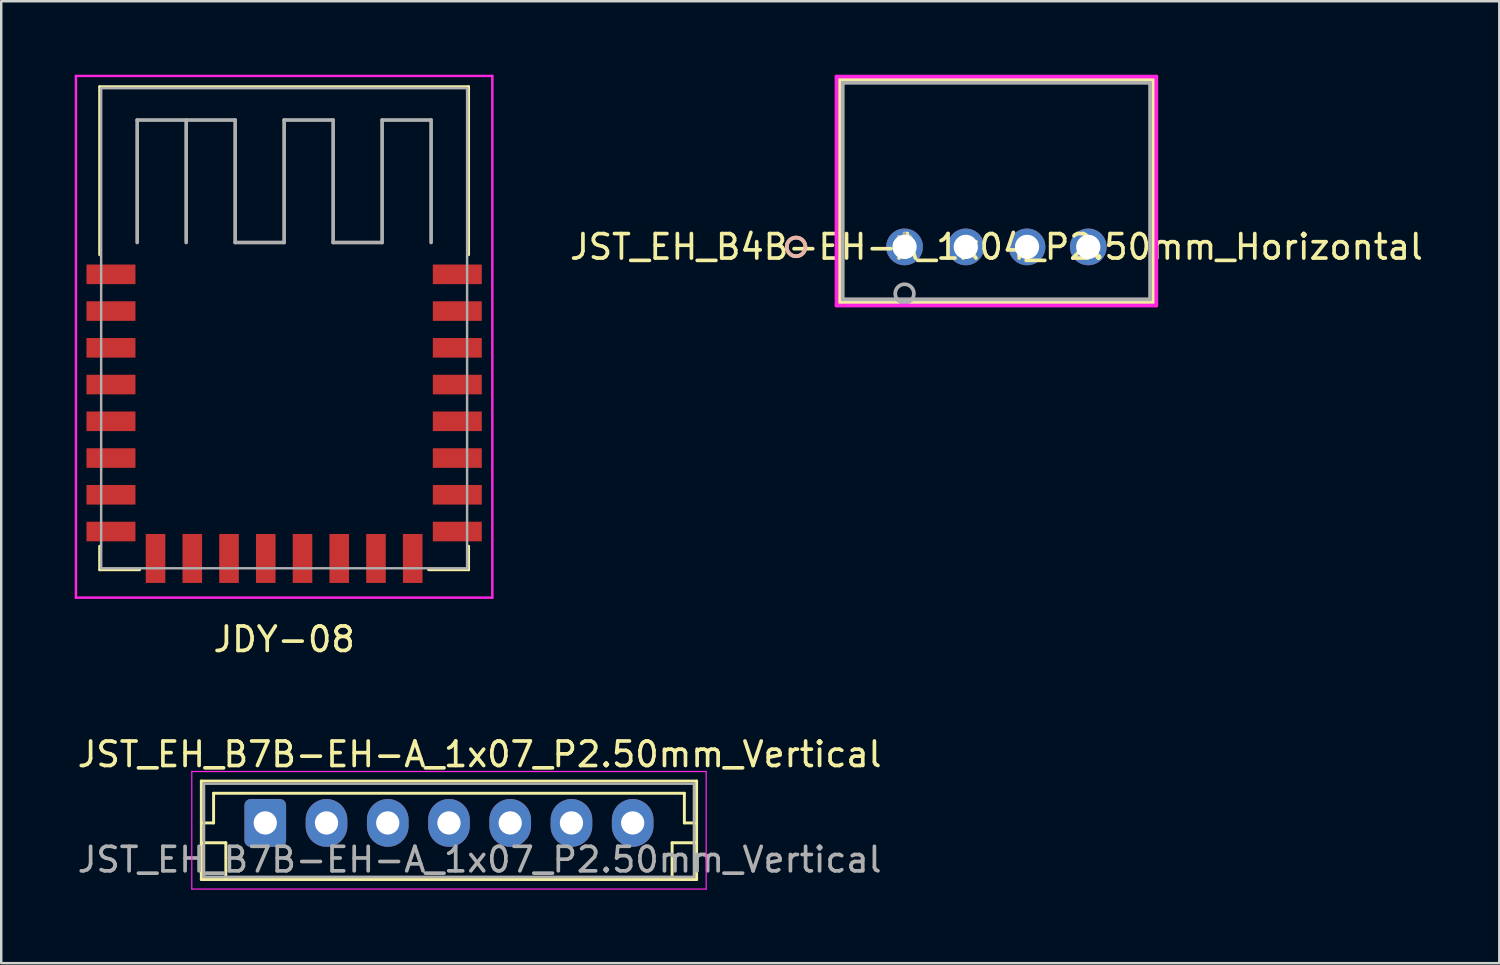
<source format=kicad_pcb>
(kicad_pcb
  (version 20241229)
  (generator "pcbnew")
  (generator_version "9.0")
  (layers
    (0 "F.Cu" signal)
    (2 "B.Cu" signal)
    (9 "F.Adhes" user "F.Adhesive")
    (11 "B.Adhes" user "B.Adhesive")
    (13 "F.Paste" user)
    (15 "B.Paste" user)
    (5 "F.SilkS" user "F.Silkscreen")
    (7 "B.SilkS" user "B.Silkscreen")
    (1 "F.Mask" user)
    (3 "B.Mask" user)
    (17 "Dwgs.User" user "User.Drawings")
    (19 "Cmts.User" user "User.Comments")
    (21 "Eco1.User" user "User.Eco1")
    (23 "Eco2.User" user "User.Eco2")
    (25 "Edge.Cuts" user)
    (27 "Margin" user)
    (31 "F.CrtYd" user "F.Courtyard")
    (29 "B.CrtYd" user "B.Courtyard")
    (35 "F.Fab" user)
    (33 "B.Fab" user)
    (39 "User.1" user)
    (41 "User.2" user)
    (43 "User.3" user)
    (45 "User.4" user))
  (footprint "JST_EH_B7B-EH-A_1x07_P2.50mm_Vertical"
    (layer "F.Cu")
    (at 7.78 30.547)
    (property "Reference" "JST_EH_B7B-EH-A_1x07_P2.50mm_Vertical" (at 8.75 -2.8 0) (layer "F.SilkS") (effects (font (size 1 1) (thickness 0.15))))
    (attr through_hole)
    (fp_line (start -2.61 -1.71) (end -2.61 2.31) (stroke (width 0.12) (type solid)) (layer "F.SilkS"))
    (fp_line (start -2.61 0) (end -2.11 0) (stroke (width 0.12) (type solid)) (layer "F.SilkS"))
    (fp_line (start -2.61 0.81) (end -1.61 0.81) (stroke (width 0.12) (type solid)) (layer "F.SilkS"))
    (fp_line (start -2.61 2.31) (end 17.61 2.31) (stroke (width 0.12) (type solid)) (layer "F.SilkS"))
    (fp_line (start -2.11 -1.21) (end 17.11 -1.21) (stroke (width 0.12) (type solid)) (layer "F.SilkS"))
    (fp_line (start -2.11 0) (end -2.11 -1.21) (stroke (width 0.12) (type solid)) (layer "F.SilkS"))
    (fp_line (start -1.61 0.81) (end -1.61 2.31) (stroke (width 0.12) (type solid)) (layer "F.SilkS"))
    (fp_line (start 16.61 0.81) (end 16.61 2.31) (stroke (width 0.12) (type solid)) (layer "F.SilkS"))
    (fp_line (start 17.11 -1.21) (end 17.11 0) (stroke (width 0.12) (type solid)) (layer "F.SilkS"))
    (fp_line (start 17.11 0) (end 17.61 0) (stroke (width 0.12) (type solid)) (layer "F.SilkS"))
    (fp_line (start 17.61 -1.71) (end -2.61 -1.71) (stroke (width 0.12) (type solid)) (layer "F.SilkS"))
    (fp_line (start 17.61 0.81) (end 16.61 0.81) (stroke (width 0.12) (type solid)) (layer "F.SilkS"))
    (fp_line (start 17.61 2.31) (end 17.61 -1.71) (stroke (width 0.12) (type solid)) (layer "F.SilkS"))
    (fp_line (start -3 -2.1) (end -3 2.7) (stroke (width 0.05) (type solid)) (layer "F.CrtYd"))
    (fp_line (start -3 2.7) (end 18 2.7) (stroke (width 0.05) (type solid)) (layer "F.CrtYd"))
    (fp_line (start 18 -2.1) (end -3 -2.1) (stroke (width 0.05) (type solid)) (layer "F.CrtYd"))
    (fp_line (start 18 2.7) (end 18 -2.1) (stroke (width 0.05) (type solid)) (layer "F.CrtYd"))
    (fp_line (start -2.5 -1.6) (end -2.5 2.2) (stroke (width 0.1) (type solid)) (layer "F.Fab"))
    (fp_line (start -2.5 2.2) (end 17.5 2.2) (stroke (width 0.1) (type solid)) (layer "F.Fab"))
    (fp_line (start 17.5 -1.6) (end -2.5 -1.6) (stroke (width 0.1) (type solid)) (layer "F.Fab"))
    (fp_line (start 17.5 2.2) (end 17.5 -1.6) (stroke (width 0.1) (type solid)) (layer "F.Fab"))
    (fp_text user "${REFERENCE}" (at 8.75 1.5 0) (layer "F.Fab") (effects (font (size 1 1) (thickness 0.15))))
    (pad "1" thru_hole roundrect (at 0 0) (size 1.7 1.95) (drill 0.95) (layers "*.Cu" "*.Mask") (roundrect_rratio 0.147))
    (pad "2" thru_hole oval (at 2.5 0) (size 1.7 1.95) (drill 0.95) (layers "*.Cu" "*.Mask"))
    (pad "3" thru_hole oval (at 5 0) (size 1.7 1.95) (drill 0.95) (layers "*.Cu" "*.Mask"))
    (pad "4" thru_hole oval (at 7.5 0) (size 1.7 1.95) (drill 0.95) (layers "*.Cu" "*.Mask"))
    (pad "5" thru_hole oval (at 10 0) (size 1.7 1.95) (drill 0.95) (layers "*.Cu" "*.Mask"))
    (pad "6" thru_hole oval (at 12.5 0) (size 1.7 1.95) (drill 0.95) (layers "*.Cu" "*.Mask"))
    (pad "7" thru_hole oval (at 15 0) (size 1.7 1.95) (drill 0.95) (layers "*.Cu" "*.Mask")))
  (footprint "JDY-08"
    (layer "F.Cu")
    (at 8.55 10.35)
    (property "Reference" "JDY-08" (at 0 12.7 0) (layer "F.SilkS") (effects (font (size 1 1) (thickness 0.15))))
    (attr through_hole)
    (fp_line (start -7.53 -9.86) (end 7.53 -9.86) (stroke (width 0.12) (type solid)) (layer "F.SilkS"))
    (fp_line (start -7.53 -3) (end -7.53 -9.86) (stroke (width 0.12) (type solid)) (layer "F.SilkS"))
    (fp_line (start -7.53 8.9) (end -7.53 9.86) (stroke (width 0.12) (type solid)) (layer "F.SilkS"))
    (fp_line (start -7.53 9.86) (end -5.9 9.86) (stroke (width 0.12) (type solid)) (layer "F.SilkS"))
    (fp_line (start 5.9 9.86) (end 7.53 9.86) (stroke (width 0.12) (type solid)) (layer "F.SilkS"))
    (fp_line (start 7.53 -9.86) (end 7.53 -3) (stroke (width 0.12) (type solid)) (layer "F.SilkS"))
    (fp_line (start 7.53 9.86) (end 7.53 8.9) (stroke (width 0.12) (type solid)) (layer "F.SilkS"))
    (fp_line (start -8.5 -10.3) (end -8.5 11) (stroke (width 0.1) (type solid)) (layer "F.CrtYd"))
    (fp_line (start -8.5 11) (end 8.5 11) (stroke (width 0.1) (type solid)) (layer "F.CrtYd"))
    (fp_line (start 8.5 -10.3) (end -8.5 -10.3) (stroke (width 0.1) (type solid)) (layer "F.CrtYd"))
    (fp_line (start 8.5 11) (end 8.5 -10.3) (stroke (width 0.1) (type solid)) (layer "F.CrtYd"))
    (fp_line (start -7.47 -9.8) (end -7.47 9.8) (stroke (width 0.1) (type solid)) (layer "F.Fab"))
    (fp_line (start -7.47 -9.8) (end 7.47 -9.8) (stroke (width 0.1) (type solid)) (layer "F.Fab"))
    (fp_line (start -7.47 9.8) (end 7.47 9.8) (stroke (width 0.1) (type solid)) (layer "F.Fab"))
    (fp_line (start -6 -8.5) (end -6 -3.5) (stroke (width 0.15) (type solid)) (layer "F.Fab"))
    (fp_line (start -4 -8.5) (end -4 -3.5) (stroke (width 0.15) (type solid)) (layer "F.Fab"))
    (fp_line (start -2 -8.5) (end -6 -8.5) (stroke (width 0.15) (type solid)) (layer "F.Fab"))
    (fp_line (start -2 -3.5) (end -2 -8.5) (stroke (width 0.15) (type solid)) (layer "F.Fab"))
    (fp_line (start 0 -8.5) (end 0 -3.5) (stroke (width 0.15) (type solid)) (layer "F.Fab"))
    (fp_line (start 0 -3.5) (end -2 -3.5) (stroke (width 0.15) (type solid)) (layer "F.Fab"))
    (fp_line (start 2 -8.5) (end 0 -8.5) (stroke (width 0.15) (type solid)) (layer "F.Fab"))
    (fp_line (start 2 -3.5) (end 2 -8.5) (stroke (width 0.15) (type solid)) (layer "F.Fab"))
    (fp_line (start 4 -8.5) (end 4 -3.5) (stroke (width 0.15) (type solid)) (layer "F.Fab"))
    (fp_line (start 4 -3.5) (end 2 -3.5) (stroke (width 0.15) (type solid)) (layer "F.Fab"))
    (fp_line (start 6 -8.5) (end 4 -8.5) (stroke (width 0.15) (type solid)) (layer "F.Fab"))
    (fp_line (start 6 -3.5) (end 6 -8.5) (stroke (width 0.15) (type solid)) (layer "F.Fab"))
    (fp_line (start 7.47 -9.8) (end 7.47 9.8) (stroke (width 0.1) (type solid)) (layer "F.Fab"))
    (pad "1" smd rect (at -7.07 -2.2 180) (size 2 0.8) (layers "F.Cu" "F.Mask" "F.Paste"))
    (pad "2" smd rect (at -7.07 -0.7 180) (size 2 0.8) (layers "F.Cu" "F.Mask" "F.Paste"))
    (pad "3" smd rect (at -7.07 0.8 180) (size 2 0.8) (layers "F.Cu" "F.Mask" "F.Paste"))
    (pad "4" smd rect (at -7.07 2.3 180) (size 2 0.8) (layers "F.Cu" "F.Mask" "F.Paste"))
    (pad "5" smd rect (at -7.07 3.8 180) (size 2 0.8) (layers "F.Cu" "F.Mask" "F.Paste"))
    (pad "6" smd rect (at -7.07 5.3 180) (size 2 0.8) (layers "F.Cu" "F.Mask" "F.Paste"))
    (pad "7" smd rect (at -7.07 6.8 180) (size 2 0.8) (layers "F.Cu" "F.Mask" "F.Paste"))
    (pad "8" smd rect (at -7.07 8.3 180) (size 2 0.8) (layers "F.Cu" "F.Mask" "F.Paste"))
    (pad "9" smd rect (at -5.25 9.4 180) (size 0.8 2) (layers "F.Cu" "F.Mask" "F.Paste"))
    (pad "10" smd rect (at -3.75 9.4 180) (size 0.8 2) (layers "F.Cu" "F.Mask" "F.Paste"))
    (pad "11" smd rect (at -2.25 9.4 180) (size 0.8 2) (layers "F.Cu" "F.Mask" "F.Paste"))
    (pad "12" smd rect (at -0.75 9.4 180) (size 0.8 2) (layers "F.Cu" "F.Mask" "F.Paste"))
    (pad "13" smd rect (at 0.75 9.4 180) (size 0.8 2) (layers "F.Cu" "F.Mask" "F.Paste"))
    (pad "14" smd rect (at 2.25 9.4 180) (size 0.8 2) (layers "F.Cu" "F.Mask" "F.Paste"))
    (pad "15" smd rect (at 3.75 9.4 180) (size 0.8 2) (layers "F.Cu" "F.Mask" "F.Paste"))
    (pad "16" smd rect (at 5.25 9.4 180) (size 0.8 2) (layers "F.Cu" "F.Mask" "F.Paste"))
    (pad "17" smd rect (at 7.07 8.3 180) (size 2 0.8) (layers "F.Cu" "F.Mask" "F.Paste"))
    (pad "18" smd rect (at 7.07 6.8 180) (size 2 0.8) (layers "F.Cu" "F.Mask" "F.Paste"))
    (pad "19" smd rect (at 7.07 5.3 180) (size 2 0.8) (layers "F.Cu" "F.Mask" "F.Paste"))
    (pad "20" smd rect (at 7.07 3.8 180) (size 2 0.8) (layers "F.Cu" "F.Mask" "F.Paste"))
    (pad "21" smd rect (at 7.07 2.3 180) (size 2 0.8) (layers "F.Cu" "F.Mask" "F.Paste"))
    (pad "22" smd rect (at 7.07 0.8 180) (size 2 0.8) (layers "F.Cu" "F.Mask" "F.Paste"))
    (pad "23" smd rect (at 7.07 -0.7 180) (size 2 0.8) (layers "F.Cu" "F.Mask" "F.Paste"))
    (pad "24" smd rect (at 7.07 -2.2 180) (size 2 0.8) (layers "F.Cu" "F.Mask" "F.Paste")))
  (footprint "JST_EH_B4B-EH-A_1x04_P2.50mm_Horizontal"
    (layer "F.Cu")
    (at 33.88 7.03)
    (property "Reference" "JST_EH_B4B-EH-A_1x04_P2.50mm_Horizontal" (at 3.75 0 0) (layer "F.SilkS") (effects (font (size 1 1) (thickness 0.15))))
    (attr through_hole)
    (fp_line (start -2.651 -6.827) (end -2.651 2.266) (stroke (width 0.152) (type solid)) (layer "F.SilkS"))
    (fp_line (start -2.651 2.266) (end 10.151 2.266) (stroke (width 0.152) (type solid)) (layer "F.SilkS"))
    (fp_line (start 10.151 -6.827) (end -2.651 -6.827) (stroke (width 0.152) (type solid)) (layer "F.SilkS"))
    (fp_line (start 10.151 2.266) (end 10.151 -6.827) (stroke (width 0.152) (type solid)) (layer "F.SilkS"))
    (fp_circle (center -4.429 0) (end -4.048 0) (stroke (width 0.152) (type solid)) (fill no) (layer "F.SilkS"))
    (fp_circle (center -4.429 0) (end -4.048 0) (stroke (width 0.152) (type solid)) (fill no) (layer "B.SilkS"))
    (fp_line (start -2.778 -6.954) (end -2.778 2.393) (stroke (width 0.152) (type solid)) (layer "F.CrtYd"))
    (fp_line (start -2.778 2.393) (end 10.278 2.393) (stroke (width 0.152) (type solid)) (layer "F.CrtYd"))
    (fp_line (start 10.278 -6.954) (end -2.778 -6.954) (stroke (width 0.152) (type solid)) (layer "F.CrtYd"))
    (fp_line (start 10.278 2.393) (end 10.278 -6.954) (stroke (width 0.152) (type solid)) (layer "F.CrtYd"))
    (fp_line (start -2.524 -6.7) (end -2.524 2.139) (stroke (width 0.152) (type solid)) (layer "F.Fab"))
    (fp_line (start -2.524 2.139) (end 10.024 2.139) (stroke (width 0.152) (type solid)) (layer "F.Fab"))
    (fp_line (start 10.024 -6.7) (end -2.524 -6.7) (stroke (width 0.152) (type solid)) (layer "F.Fab"))
    (fp_line (start 10.024 2.139) (end 10.024 -6.7) (stroke (width 0.152) (type solid)) (layer "F.Fab"))
    (fp_circle (center 0 1.905) (end 0.381 1.905) (stroke (width 0.152) (type solid)) (fill no) (layer "F.Fab"))
    (fp_text user "*" (at 0 0 0) (layer "F.SilkS") (effects (font (size 1 1) (thickness 0.15))))
    (fp_text user "Copyright 2016 Accelerated Designs. All rights reserved." (at 0 0 0) (layer "Cmts.User") (effects (font (size 0.127 0.127) (thickness 0.002))))
    (fp_text user "*" (at 0 0 0) (layer "F.Fab") (effects (font (size 1 1) (thickness 0.15))))
    (pad "1" thru_hole circle (at 0 0) (size 1.499 1.499) (drill 0.991) (layers "*.Cu" "*.Mask"))
    (pad "2" thru_hole circle (at 2.5 0) (size 1.499 1.499) (drill 0.991) (layers "*.Cu" "*.Mask"))
    (pad "3" thru_hole circle (at 5 0) (size 1.499 1.499) (drill 0.991) (layers "*.Cu" "*.Mask"))
    (pad "4" thru_hole circle (at 7.5 0) (size 1.499 1.499) (drill 0.991) (layers "*.Cu" "*.Mask")))
  (gr_rect
    (start -3 -3)
    (end 58.16 36.272)
    (stroke (width 0.1) (type default))
    (fill no)
    (layer "Edge.Cuts")))
</source>
